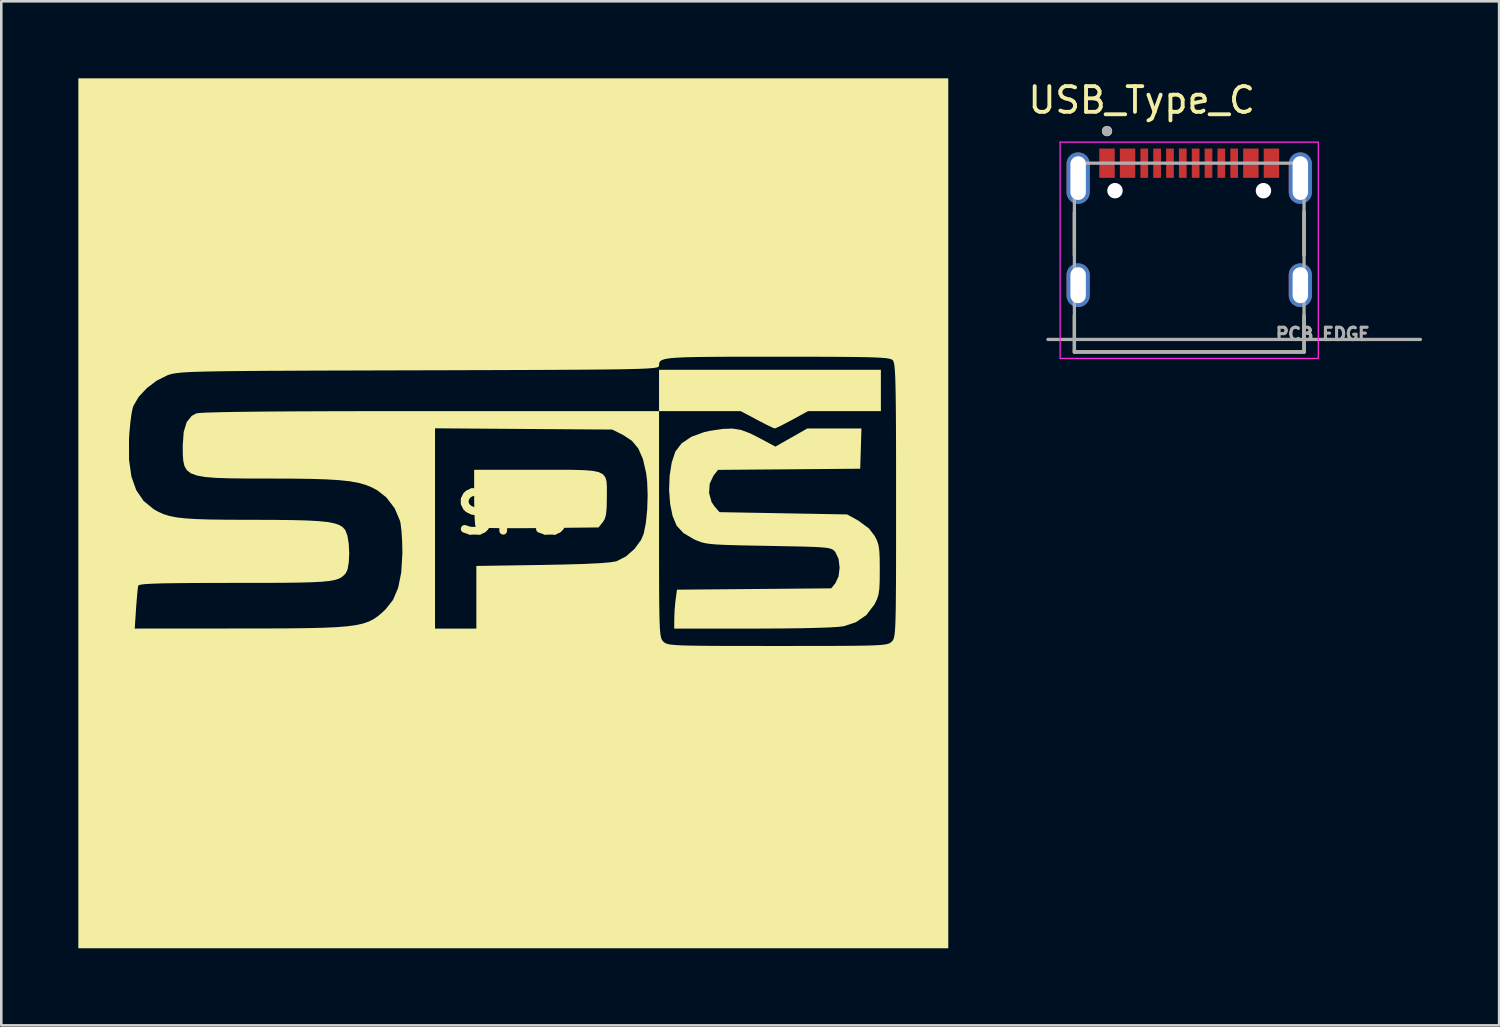
<source format=kicad_pcb>
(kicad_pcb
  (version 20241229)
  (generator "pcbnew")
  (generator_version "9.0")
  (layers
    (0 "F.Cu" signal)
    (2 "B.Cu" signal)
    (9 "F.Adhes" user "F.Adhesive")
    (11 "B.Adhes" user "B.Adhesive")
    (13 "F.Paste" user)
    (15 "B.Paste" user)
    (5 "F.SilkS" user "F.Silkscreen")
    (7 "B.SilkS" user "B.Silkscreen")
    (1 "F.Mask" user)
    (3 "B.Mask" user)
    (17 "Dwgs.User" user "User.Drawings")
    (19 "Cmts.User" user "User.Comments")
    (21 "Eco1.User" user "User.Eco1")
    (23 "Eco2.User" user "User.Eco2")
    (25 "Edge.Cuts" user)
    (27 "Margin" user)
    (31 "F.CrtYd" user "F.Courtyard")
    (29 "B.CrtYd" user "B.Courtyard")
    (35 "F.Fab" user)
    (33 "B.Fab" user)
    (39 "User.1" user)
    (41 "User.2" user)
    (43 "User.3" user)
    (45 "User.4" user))
  (footprint "SPS"
    (layer "F.Cu")
    (at 16.933 16.933)
    (property "Reference" "SPS" (at 0 0 0) (layer "F.SilkS") (effects (font (size 1.5 1.5) (thickness 0.3))))
    (attr board_only exclude_from_pos_files exclude_from_bom)
    (fp_poly (pts (xy 14.309 -4.784) (xy 14.309 -3.979) (xy 12.89 -3.978) (xy 11.472 -3.977) (xy 10.853 -3.639) (xy 10.562 -3.485) (xy 10.329 -3.368) (xy 10.193 -3.308) (xy 10.176 -3.304) (xy 10.079 -3.342) (xy 9.872 -3.442) (xy 9.593 -3.585) (xy 9.484 -3.643) (xy 8.85 -3.979) (xy 7.261 -3.979) (xy 5.673 -3.979) (xy 5.673 -4.784) (xy 5.673 -5.588) (xy 9.991 -5.588) (xy 14.309 -5.588)) (stroke (width 0) (type solid)) (fill yes) (layer "F.SilkS"))
    (fp_poly (pts (xy 2.275 -1.693) (xy 2.738 -1.681) (xy 3.083 -1.654) (xy 3.328 -1.602) (xy 3.489 -1.52) (xy 3.584 -1.4) (xy 3.63 -1.235) (xy 3.643 -1.018) (xy 3.642 -0.743) (xy 3.641 -0.583) (xy 3.633 -0.198) (xy 3.607 0.06) (xy 3.553 0.235) (xy 3.479 0.35) (xy 3.317 0.55) (xy 0.957 0.575) (xy 0.341 0.58) (xy -0.22 0.58) (xy -0.702 0.575) (xy -1.085 0.568) (xy -1.345 0.556) (xy -1.461 0.542) (xy -1.464 0.54) (xy -1.487 0.437) (xy -1.505 0.199) (xy -1.518 -0.141) (xy -1.524 -0.548) (xy -1.524 -0.607) (xy -1.524 -1.693) (xy 0.927 -1.693) (xy 1.677 -1.694)) (stroke (width 0) (type solid)) (fill yes) (layer "F.SilkS"))
    (fp_poly (pts (xy 13.529 -2.519) (xy 13.504 -1.736) (xy 10.737 -1.713) (xy 7.969 -1.691) (xy 7.795 -1.469) (xy 7.646 -1.155) (xy 7.621 -0.792) (xy 7.716 -0.446) (xy 7.823 -0.281) (xy 8.026 -0.045) (xy 10.511 -0.001) (xy 12.996 0.044) (xy 13.429 0.283) (xy 13.846 0.591) (xy 14.064 0.875) (xy 14.153 1.047) (xy 14.212 1.22) (xy 14.246 1.435) (xy 14.262 1.732) (xy 14.266 2.154) (xy 14.266 2.201) (xy 14.263 2.635) (xy 14.249 2.942) (xy 14.216 3.164) (xy 14.16 3.343) (xy 14.073 3.52) (xy 14.055 3.553) (xy 13.745 3.96) (xy 13.335 4.24) (xy 12.862 4.396) (xy 12.656 4.421) (xy 12.296 4.443) (xy 11.795 4.46) (xy 11.168 4.474) (xy 10.431 4.483) (xy 9.597 4.487) (xy 9.351 4.487) (xy 6.265 4.487) (xy 6.265 4.118) (xy 6.278 3.785) (xy 6.31 3.429) (xy 6.319 3.361) (xy 6.372 2.973) (xy 9.374 2.947) (xy 12.376 2.921) (xy 12.538 2.721) (xy 12.662 2.455) (xy 12.703 2.116) (xy 12.662 1.776) (xy 12.538 1.512) (xy 12.488 1.454) (xy 12.43 1.409) (xy 12.344 1.373) (xy 12.211 1.346) (xy 12.011 1.325) (xy 11.726 1.309) (xy 11.335 1.296) (xy 10.819 1.285) (xy 10.159 1.272) (xy 9.935 1.268) (xy 9.227 1.255) (xy 8.667 1.243) (xy 8.232 1.229) (xy 7.902 1.213) (xy 7.653 1.191) (xy 7.465 1.162) (xy 7.315 1.125) (xy 7.182 1.076) (xy 7.043 1.015) (xy 7.02 1.004) (xy 6.623 0.768) (xy 6.365 0.49) (xy 6.355 0.475) (xy 6.201 0.106) (xy 6.104 -0.372) (xy 6.065 -0.911) (xy 6.085 -1.462) (xy 6.166 -1.974) (xy 6.307 -2.4) (xy 6.309 -2.404) (xy 6.551 -2.723) (xy 6.934 -2.98) (xy 7.437 -3.163) (xy 7.657 -3.211) (xy 8.145 -3.285) (xy 8.53 -3.299) (xy 8.869 -3.244) (xy 9.22 -3.113) (xy 9.546 -2.949) (xy 10.202 -2.597) (xy 10.824 -2.949) (xy 11.445 -3.302) (xy 12.499 -3.302) (xy 13.553 -3.302)) (stroke (width 0) (type solid)) (fill yes) (layer "F.SilkS"))
    (fp_poly (pts (xy 16.933 0) (xy 16.933 16.933) (xy 0 16.933) (xy -16.933 16.933) (xy -16.933 0) (xy -16.933 -2.878) (xy -14.961 -2.878) (xy -14.96 -2.088) (xy -14.867 -1.432) (xy -14.679 -0.9) (xy -14.392 -0.481) (xy -14.012 -0.169) (xy -13.818 -0.058) (xy -13.618 0.032) (xy -13.392 0.103) (xy -13.121 0.157) (xy -12.784 0.196) (xy -12.362 0.224) (xy -11.834 0.241) (xy -11.181 0.25) (xy -10.384 0.253) (xy -10.185 0.253) (xy -9.322 0.256) (xy -8.611 0.264) (xy -8.038 0.279) (xy -7.585 0.304) (xy -7.236 0.339) (xy -6.976 0.388) (xy -6.787 0.45) (xy -6.654 0.53) (xy -6.56 0.627) (xy -6.54 0.657) (xy -6.457 0.875) (xy -6.406 1.192) (xy -6.388 1.552) (xy -6.404 1.901) (xy -6.453 2.185) (xy -6.519 2.328) (xy -6.599 2.416) (xy -6.688 2.49) (xy -6.802 2.55) (xy -6.957 2.598) (xy -7.168 2.635) (xy -7.451 2.663) (xy -7.819 2.683) (xy -8.289 2.696) (xy -8.876 2.704) (xy -9.596 2.708) (xy -10.463 2.709) (xy -10.88 2.709) (xy -11.808 2.71) (xy -12.578 2.714) (xy -13.204 2.72) (xy -13.698 2.728) (xy -14.07 2.741) (xy -14.334 2.756) (xy -14.502 2.776) (xy -14.586 2.8) (xy -14.601 2.815) (xy -14.621 2.942) (xy -14.646 3.195) (xy -14.673 3.527) (xy -14.686 3.704) (xy -14.738 4.487) (xy -10.692 4.484) (xy -9.651 4.483) (xy -8.764 4.479) (xy -8.016 4.47) (xy -7.394 4.455) (xy -6.881 4.432) (xy -6.463 4.398) (xy -6.124 4.352) (xy -5.851 4.292) (xy -5.629 4.216) (xy -5.441 4.121) (xy -5.274 4.007) (xy -5.113 3.87) (xy -4.971 3.738) (xy -4.684 3.373) (xy -4.483 2.901) (xy -4.363 2.306) (xy -4.319 1.576) (xy -4.318 1.494) (xy -4.328 1.087) (xy -4.352 0.704) (xy -4.388 0.404) (xy -4.41 0.296) (xy -4.618 -0.195) (xy -4.944 -0.62) (xy -5.297 -0.897) (xy -5.52 -1.015) (xy -5.76 -1.111) (xy -6.035 -1.188) (xy -6.366 -1.247) (xy -6.77 -1.29) (xy -7.268 -1.321) (xy -7.879 -1.34) (xy -8.622 -1.35) (xy -9.464 -1.353) (xy -10.312 -1.354) (xy -11.006 -1.361) (xy -11.562 -1.379) (xy -11.994 -1.413) (xy -12.319 -1.471) (xy -12.551 -1.557) (xy -12.707 -1.677) (xy -12.801 -1.838) (xy -12.849 -2.044) (xy -12.867 -2.303) (xy -12.869 -2.619) (xy -12.869 -2.639) (xy -12.832 -3.163) (xy -12.788 -3.309) (xy -3.048 -3.309) (xy -3.048 0.589) (xy -3.048 4.487) (xy -2.244 4.487) (xy -1.439 4.487) (xy -1.439 3.268) (xy -1.439 2.049) (xy 1.122 2.01) (xy 2.034 1.992) (xy 2.777 1.97) (xy 3.352 1.942) (xy 3.759 1.909) (xy 3.998 1.871) (xy 4.02 1.865) (xy 4.381 1.681) (xy 4.717 1.388) (xy 4.973 1.039) (xy 5.074 0.802) (xy 5.159 0.382) (xy 5.212 -0.139) (xy 5.23 -0.698) (xy 5.211 -1.23) (xy 5.171 -1.569) (xy 5.046 -2.113) (xy 4.867 -2.521) (xy 4.617 -2.823) (xy 4.278 -3.047) (xy 4.276 -3.048) (xy 3.852 -3.26) (xy 0.402 -3.284) (xy -3.048 -3.309) (xy -12.788 -3.309) (xy -12.717 -3.545) (xy -12.521 -3.793) (xy -12.342 -3.889) (xy -12.22 -3.905) (xy -11.954 -3.92) (xy -11.54 -3.933) (xy -10.977 -3.945) (xy -10.261 -3.954) (xy -9.391 -3.963) (xy -8.363 -3.969) (xy -7.175 -3.974) (xy -5.824 -3.977) (xy -4.309 -3.979) (xy -3.205 -3.979) (xy 5.673 -3.979) (xy 5.673 0.423) (xy 5.673 1.399) (xy 5.674 2.22) (xy 5.676 2.9) (xy 5.68 3.453) (xy 5.686 3.892) (xy 5.695 4.233) (xy 5.707 4.489) (xy 5.723 4.674) (xy 5.743 4.802) (xy 5.768 4.888) (xy 5.799 4.946) (xy 5.836 4.989) (xy 5.842 4.995) (xy 5.885 5.033) (xy 5.94 5.065) (xy 6.021 5.092) (xy 6.144 5.113) (xy 6.322 5.129) (xy 6.569 5.142) (xy 6.9 5.151) (xy 7.33 5.157) (xy 7.872 5.161) (xy 8.541 5.164) (xy 9.35 5.164) (xy 10.287 5.165) (xy 11.248 5.164) (xy 12.054 5.164) (xy 12.719 5.161) (xy 13.257 5.157) (xy 13.684 5.151) (xy 14.013 5.142) (xy 14.258 5.129) (xy 14.434 5.112) (xy 14.555 5.091) (xy 14.636 5.064) (xy 14.691 5.032) (xy 14.732 4.995) (xy 14.766 4.957) (xy 14.796 4.908) (xy 14.821 4.834) (xy 14.841 4.725) (xy 14.858 4.566) (xy 14.871 4.345) (xy 14.881 4.049) (xy 14.889 3.666) (xy 14.894 3.183) (xy 14.898 2.587) (xy 14.9 1.866) (xy 14.901 1.006) (xy 14.901 -0.005) (xy 14.901 -0.502) (xy 14.901 -1.594) (xy 14.9 -2.529) (xy 14.897 -3.32) (xy 14.893 -3.978) (xy 14.887 -4.516) (xy 14.879 -4.947) (xy 14.869 -5.282) (xy 14.856 -5.534) (xy 14.84 -5.716) (xy 14.821 -5.839) (xy 14.798 -5.917) (xy 14.771 -5.961) (xy 14.768 -5.963) (xy 14.723 -5.993) (xy 14.644 -6.018) (xy 14.516 -6.039) (xy 14.327 -6.055) (xy 14.063 -6.069) (xy 13.709 -6.079) (xy 13.253 -6.086) (xy 12.681 -6.091) (xy 11.978 -6.094) (xy 11.132 -6.096) (xy 10.256 -6.096) (xy 9.259 -6.096) (xy 8.419 -6.095) (xy 7.721 -6.091) (xy 7.153 -6.085) (xy 6.701 -6.074) (xy 6.352 -6.058) (xy 6.092 -6.036) (xy 5.909 -6.006) (xy 5.789 -5.969) (xy 5.718 -5.922) (xy 5.684 -5.865) (xy 5.674 -5.796) (xy 5.673 -5.743) (xy 5.666 -5.719) (xy 5.642 -5.698) (xy 5.589 -5.679) (xy 5.5 -5.663) (xy 5.364 -5.649) (xy 5.172 -5.636) (xy 4.915 -5.625) (xy 4.585 -5.616) (xy 4.171 -5.607) (xy 3.664 -5.6) (xy 3.055 -5.594) (xy 2.335 -5.589) (xy 1.494 -5.584) (xy 0.524 -5.58) (xy -0.586 -5.576) (xy -1.844 -5.572) (xy -3.259 -5.568) (xy -3.662 -5.567) (xy -5.121 -5.563) (xy -6.42 -5.559) (xy -7.569 -5.556) (xy -8.579 -5.551) (xy -9.458 -5.547) (xy -10.217 -5.542) (xy -10.865 -5.536) (xy -11.412 -5.529) (xy -11.868 -5.521) (xy -12.243 -5.512) (xy -12.547 -5.501) (xy -12.789 -5.488) (xy -12.979 -5.473) (xy -13.126 -5.456) (xy -13.242 -5.437) (xy -13.335 -5.416) (xy -13.415 -5.391) (xy -13.462 -5.375) (xy -13.879 -5.167) (xy -14.268 -4.873) (xy -14.586 -4.53) (xy -14.791 -4.179) (xy -14.816 -4.106) (xy -14.863 -3.876) (xy -14.909 -3.531) (xy -14.946 -3.127) (xy -14.961 -2.878) (xy -16.933 -2.878) (xy -16.933 -16.933) (xy 0 -16.933) (xy 16.933 -16.933)) (stroke (width 0) (type solid)) (fill yes) (layer "F.SilkS")))
  (footprint "USB_Type_C"
    (layer "F.Cu")
    (at 43.246 8.053)
    (property "Reference" "USB_Type_C" (at -1.85 -7.205 0) (layer "F.SilkS") (effects (font (size 1 1) (thickness 0.15))))
    (attr smd)
    (fp_poly (pts (xy -3.55 -5.37) (xy -2.85 -5.37) (xy -2.85 -4.13) (xy -3.55 -4.13)) (stroke (width 0.01) (type solid)) (fill yes) (layer "F.Mask"))
    (fp_poly (pts (xy -2.75 -5.37) (xy -2.05 -5.37) (xy -2.05 -4.13) (xy -2.75 -4.13)) (stroke (width 0.01) (type solid)) (fill yes) (layer "F.Mask"))
    (fp_poly (pts (xy -1.95 -5.37) (xy -1.55 -5.37) (xy -1.55 -4.13) (xy -1.95 -4.13)) (stroke (width 0.01) (type solid)) (fill yes) (layer "F.Mask"))
    (fp_poly (pts (xy -1.45 -5.37) (xy -1.05 -5.37) (xy -1.05 -4.13) (xy -1.45 -4.13)) (stroke (width 0.01) (type solid)) (fill yes) (layer "F.Mask"))
    (fp_poly (pts (xy -0.95 -5.37) (xy -0.55 -5.37) (xy -0.55 -4.13) (xy -0.95 -4.13)) (stroke (width 0.01) (type solid)) (fill yes) (layer "F.Mask"))
    (fp_poly (pts (xy -0.45 -5.37) (xy -0.05 -5.37) (xy -0.05 -4.13) (xy -0.45 -4.13)) (stroke (width 0.01) (type solid)) (fill yes) (layer "F.Mask"))
    (fp_poly (pts (xy 0.05 -5.37) (xy 0.45 -5.37) (xy 0.45 -4.13) (xy 0.05 -4.13)) (stroke (width 0.01) (type solid)) (fill yes) (layer "F.Mask"))
    (fp_poly (pts (xy 0.55 -5.37) (xy 0.95 -5.37) (xy 0.95 -4.13) (xy 0.55 -4.13)) (stroke (width 0.01) (type solid)) (fill yes) (layer "F.Mask"))
    (fp_poly (pts (xy 1.05 -5.37) (xy 1.45 -5.37) (xy 1.45 -4.13) (xy 1.05 -4.13)) (stroke (width 0.01) (type solid)) (fill yes) (layer "F.Mask"))
    (fp_poly (pts (xy 1.55 -5.37) (xy 1.95 -5.37) (xy 1.95 -4.13) (xy 1.55 -4.13)) (stroke (width 0.01) (type solid)) (fill yes) (layer "F.Mask"))
    (fp_poly (pts (xy 2.05 -5.37) (xy 2.75 -5.37) (xy 2.75 -4.13) (xy 2.05 -4.13)) (stroke (width 0.01) (type solid)) (fill yes) (layer "F.Mask"))
    (fp_poly (pts (xy 2.85 -5.37) (xy 3.55 -5.37) (xy 3.55 -4.13) (xy 2.85 -4.13)) (stroke (width 0.01) (type solid)) (fill yes) (layer "F.Mask"))
    (fp_line (start -4.47 -2.85) (end -4.47 -1.17) (stroke (width 0.127) (type solid)) (layer "F.SilkS"))
    (fp_line (start -4.47 2.6) (end -4.47 1.17) (stroke (width 0.127) (type solid)) (layer "F.SilkS"))
    (fp_line (start -4.47 2.6) (end 4.47 2.6) (stroke (width 0.127) (type solid)) (layer "F.SilkS"))
    (fp_line (start 4.47 -2.85) (end 4.47 -1.17) (stroke (width 0.127) (type solid)) (layer "F.SilkS"))
    (fp_line (start 4.47 2.6) (end 4.47 1.17) (stroke (width 0.127) (type solid)) (layer "F.SilkS"))
    (fp_circle (center -3.2 -6) (end -3.1 -6) (stroke (width 0.2) (type solid)) (fill no) (layer "F.SilkS"))
    (fp_line (start -5.025 -5.57) (end -5.025 2.85) (stroke (width 0.05) (type solid)) (layer "F.CrtYd"))
    (fp_line (start -5.025 2.85) (end 5.025 2.85) (stroke (width 0.05) (type solid)) (layer "F.CrtYd"))
    (fp_line (start 5.025 -5.57) (end -5.025 -5.57) (stroke (width 0.05) (type solid)) (layer "F.CrtYd"))
    (fp_line (start 5.025 2.85) (end 5.025 -5.57) (stroke (width 0.05) (type solid)) (layer "F.CrtYd"))
    (fp_line (start -5.5 2.11) (end 9 2.11) (stroke (width 0.127) (type solid)) (layer "F.Fab"))
    (fp_line (start -4.47 -4.75) (end -4.47 2.6) (stroke (width 0.127) (type solid)) (layer "F.Fab"))
    (fp_line (start -4.47 2.6) (end 4.47 2.6) (stroke (width 0.127) (type solid)) (layer "F.Fab"))
    (fp_line (start 4.47 -4.75) (end -4.47 -4.75) (stroke (width 0.127) (type solid)) (layer "F.Fab"))
    (fp_line (start 4.47 2.6) (end 4.47 -4.75) (stroke (width 0.127) (type solid)) (layer "F.Fab"))
    (fp_circle (center -3.2 -6) (end -3.1 -6) (stroke (width 0.2) (type solid)) (fill no) (layer "F.Fab"))
    (fp_text user "PCB EDGE" (at 5.2 1.9 0) (layer "F.Fab") (effects (font (size 0.48 0.48) (thickness 0.12))))
    (pad "" np_thru_hole circle (at -2.89 -3.68) (size 0.6 0.6) (drill 0.6) (layers "*.Cu" "*.Mask"))
    (pad "" np_thru_hole circle (at 2.89 -3.68) (size 0.6 0.6) (drill 0.6) (layers "*.Cu" "*.Mask"))
    (pad "A1_B12" smd rect (at -3.2 -4.75) (size 0.6 1.14) (layers "F.Cu" "F.Paste"))
    (pad "A4_B9" smd rect (at -2.4 -4.75) (size 0.6 1.14) (layers "F.Cu" "F.Paste"))
    (pad "A5" smd rect (at -1.25 -4.75) (size 0.3 1.14) (layers "F.Cu" "F.Paste"))
    (pad "A6" smd rect (at -0.25 -4.75) (size 0.3 1.14) (layers "F.Cu" "F.Paste"))
    (pad "A7" smd rect (at 0.25 -4.75) (size 0.3 1.14) (layers "F.Cu" "F.Paste"))
    (pad "A8" smd rect (at 1.25 -4.75) (size 0.3 1.14) (layers "F.Cu" "F.Paste"))
    (pad "B1_A12" smd rect (at 3.2 -4.75) (size 0.6 1.14) (layers "F.Cu" "F.Paste"))
    (pad "B4_A9" smd rect (at 2.4 -4.75) (size 0.6 1.14) (layers "F.Cu" "F.Paste"))
    (pad "B5" smd rect (at 1.75 -4.75) (size 0.3 1.14) (layers "F.Cu" "F.Paste"))
    (pad "B6" smd rect (at 0.75 -4.75) (size 0.3 1.14) (layers "F.Cu" "F.Paste"))
    (pad "B7" smd rect (at -0.75 -4.75) (size 0.3 1.14) (layers "F.Cu" "F.Paste"))
    (pad "B8" smd rect (at -1.75 -4.75) (size 0.3 1.14) (layers "F.Cu" "F.Paste"))
    (pad "S1" thru_hole oval (at -4.325 -4.17) (size 0.9 2) (drill oval 0.6 1.7) (layers "*.Cu" "*.Mask"))
    (pad "S2" thru_hole oval (at 4.325 -4.17) (size 0.9 2) (drill oval 0.6 1.7) (layers "*.Cu" "*.Mask"))
    (pad "S3" thru_hole oval (at -4.325 0) (size 0.9 1.7) (drill oval 0.6 1.4) (layers "*.Cu" "*.Mask"))
    (pad "S4" thru_hole oval (at 4.325 0) (size 0.9 1.7) (drill oval 0.6 1.4) (layers "*.Cu" "*.Mask")))
  (gr_rect
    (start -3 -3)
    (end 55.31 36.867)
    (stroke (width 0.1) (type default))
    (fill no)
    (layer "Edge.Cuts")))
</source>
